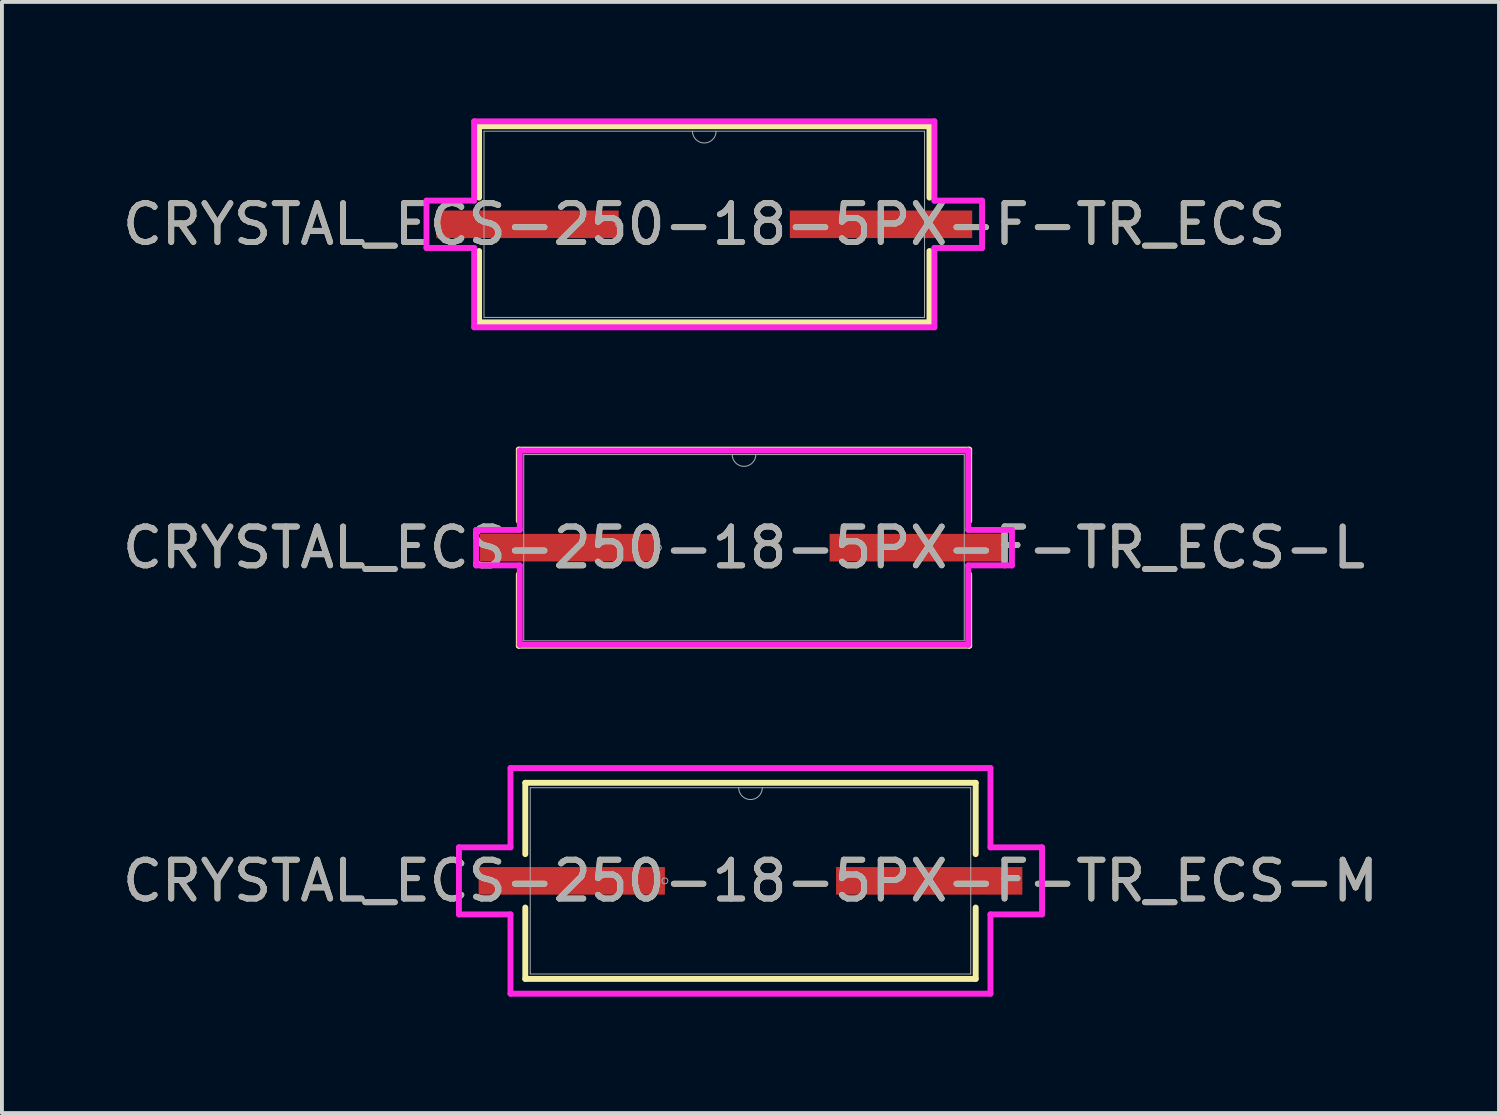
<source format=kicad_pcb>
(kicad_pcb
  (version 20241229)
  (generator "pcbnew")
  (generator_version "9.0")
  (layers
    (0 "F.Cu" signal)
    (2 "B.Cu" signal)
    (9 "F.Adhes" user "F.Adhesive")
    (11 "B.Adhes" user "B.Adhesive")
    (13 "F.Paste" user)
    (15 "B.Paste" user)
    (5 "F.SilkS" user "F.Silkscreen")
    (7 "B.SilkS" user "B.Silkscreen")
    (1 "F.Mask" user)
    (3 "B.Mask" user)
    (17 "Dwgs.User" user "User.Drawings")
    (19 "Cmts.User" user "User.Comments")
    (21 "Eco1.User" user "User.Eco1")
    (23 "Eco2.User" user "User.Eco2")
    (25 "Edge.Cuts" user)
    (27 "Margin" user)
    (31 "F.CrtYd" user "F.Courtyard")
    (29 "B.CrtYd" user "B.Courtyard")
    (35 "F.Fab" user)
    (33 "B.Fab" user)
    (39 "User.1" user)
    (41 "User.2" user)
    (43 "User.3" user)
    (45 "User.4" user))
  (footprint "CRYSTAL_ECS-250-18-5PX-F-TR_ECS-M"
    (layer "F.Cu")
    (at 16.292 19.652)
    (property "Reference" "CRYSTAL_ECS-250-18-5PX-F-TR_ECS-M" (at 0 0 0) (unlocked yes) (layer "F.SilkS") (effects (font (size 1 1) (thickness 0.15))))
    (attr smd)
    (fp_line (start -5.804 -2.527) (end -5.804 -0.688) (stroke (width 0.152) (type solid)) (layer "F.SilkS"))
    (fp_line (start -5.804 0.688) (end -5.804 2.527) (stroke (width 0.152) (type solid)) (layer "F.SilkS"))
    (fp_line (start -5.804 2.527) (end 5.804 2.527) (stroke (width 0.152) (type solid)) (layer "F.SilkS"))
    (fp_line (start 5.804 -2.527) (end -5.804 -2.527) (stroke (width 0.152) (type solid)) (layer "F.SilkS"))
    (fp_line (start 5.804 -0.688) (end 5.804 -2.527) (stroke (width 0.152) (type solid)) (layer "F.SilkS"))
    (fp_line (start 5.804 2.527) (end 5.804 0.688) (stroke (width 0.152) (type solid)) (layer "F.SilkS"))
    (fp_line (start -7.514 -0.864) (end -6.185 -0.864) (stroke (width 0.152) (type solid)) (layer "F.CrtYd"))
    (fp_line (start -7.514 0.864) (end -7.514 -0.864) (stroke (width 0.152) (type solid)) (layer "F.CrtYd"))
    (fp_line (start -7.514 0.864) (end -6.185 0.864) (stroke (width 0.152) (type solid)) (layer "F.CrtYd"))
    (fp_line (start -6.185 -2.908) (end 6.185 -2.908) (stroke (width 0.152) (type solid)) (layer "F.CrtYd"))
    (fp_line (start -6.185 -0.864) (end -6.185 -2.908) (stroke (width 0.152) (type solid)) (layer "F.CrtYd"))
    (fp_line (start -6.185 2.908) (end -6.185 0.864) (stroke (width 0.152) (type solid)) (layer "F.CrtYd"))
    (fp_line (start 6.185 -2.908) (end 6.185 -0.864) (stroke (width 0.152) (type solid)) (layer "F.CrtYd"))
    (fp_line (start 6.185 0.864) (end 6.185 2.908) (stroke (width 0.152) (type solid)) (layer "F.CrtYd"))
    (fp_line (start 6.185 2.908) (end -6.185 2.908) (stroke (width 0.152) (type solid)) (layer "F.CrtYd"))
    (fp_line (start 7.514 -0.864) (end 6.185 -0.864) (stroke (width 0.152) (type solid)) (layer "F.CrtYd"))
    (fp_line (start 7.514 -0.864) (end 7.514 0.864) (stroke (width 0.152) (type solid)) (layer "F.CrtYd"))
    (fp_line (start 7.514 0.864) (end 6.185 0.864) (stroke (width 0.152) (type solid)) (layer "F.CrtYd"))
    (fp_line (start -5.677 -2.4) (end -5.677 2.4) (stroke (width 0.025) (type solid)) (layer "F.Fab"))
    (fp_line (start -5.677 2.4) (end 5.677 2.4) (stroke (width 0.025) (type solid)) (layer "F.Fab"))
    (fp_line (start 5.677 -2.4) (end -5.677 -2.4) (stroke (width 0.025) (type solid)) (layer "F.Fab"))
    (fp_line (start 5.677 2.4) (end 5.677 -2.4) (stroke (width 0.025) (type solid)) (layer "F.Fab"))
    (fp_arc (start 0.3048 -2.4003) (mid 0 -2.0955) (end -0.3048 -2.4003) (stroke (width 0.0254) (type solid)) (layer "F.Fab"))
    (fp_circle (center -2.206 0) (end -2.13 0) (stroke (width 0.025) (type solid)) (fill no) (layer "F.Fab"))
    (fp_text user "${REFERENCE}" (at 0 0 0) (unlocked yes) (layer "F.Fab") (effects (font (size 1 1) (thickness 0.15))))
    (pad "1" smd rect (at -4.606 0) (size 4.801 0.711) (layers "F.Cu" "F.Mask" "F.Paste"))
    (pad "2" smd rect (at 4.606 0) (size 4.801 0.711) (layers "F.Cu" "F.Mask" "F.Paste")))
  (footprint "CRYSTAL_ECS-250-18-5PX-F-TR_ECS-L"
    (layer "F.Cu")
    (at 16.125 11.065)
    (property "Reference" "CRYSTAL_ECS-250-18-5PX-F-TR_ECS-L" (at 0 0 0) (unlocked yes) (layer "F.SilkS") (effects (font (size 1 1) (thickness 0.15))))
    (attr smd)
    (fp_line (start -5.804 -2.527) (end -5.804 -0.688) (stroke (width 0.152) (type solid)) (layer "F.SilkS"))
    (fp_line (start -5.804 0.688) (end -5.804 2.527) (stroke (width 0.152) (type solid)) (layer "F.SilkS"))
    (fp_line (start -5.804 2.527) (end 5.804 2.527) (stroke (width 0.152) (type solid)) (layer "F.SilkS"))
    (fp_line (start 5.804 -2.527) (end -5.804 -2.527) (stroke (width 0.152) (type solid)) (layer "F.SilkS"))
    (fp_line (start 5.804 -0.688) (end 5.804 -2.527) (stroke (width 0.152) (type solid)) (layer "F.SilkS"))
    (fp_line (start 5.804 2.527) (end 5.804 0.688) (stroke (width 0.152) (type solid)) (layer "F.SilkS"))
    (fp_line (start -6.905 -0.457) (end -5.779 -0.457) (stroke (width 0.152) (type solid)) (layer "F.CrtYd"))
    (fp_line (start -6.905 0.457) (end -6.905 -0.457) (stroke (width 0.152) (type solid)) (layer "F.CrtYd"))
    (fp_line (start -6.905 0.457) (end -5.779 0.457) (stroke (width 0.152) (type solid)) (layer "F.CrtYd"))
    (fp_line (start -5.779 -2.502) (end 5.779 -2.502) (stroke (width 0.152) (type solid)) (layer "F.CrtYd"))
    (fp_line (start -5.779 -0.457) (end -5.779 -2.502) (stroke (width 0.152) (type solid)) (layer "F.CrtYd"))
    (fp_line (start -5.779 2.502) (end -5.779 0.457) (stroke (width 0.152) (type solid)) (layer "F.CrtYd"))
    (fp_line (start 5.779 -2.502) (end 5.779 -0.457) (stroke (width 0.152) (type solid)) (layer "F.CrtYd"))
    (fp_line (start 5.779 0.457) (end 5.779 2.502) (stroke (width 0.152) (type solid)) (layer "F.CrtYd"))
    (fp_line (start 5.779 2.502) (end -5.779 2.502) (stroke (width 0.152) (type solid)) (layer "F.CrtYd"))
    (fp_line (start 6.905 -0.457) (end 5.779 -0.457) (stroke (width 0.152) (type solid)) (layer "F.CrtYd"))
    (fp_line (start 6.905 -0.457) (end 6.905 0.457) (stroke (width 0.152) (type solid)) (layer "F.CrtYd"))
    (fp_line (start 6.905 0.457) (end 5.779 0.457) (stroke (width 0.152) (type solid)) (layer "F.CrtYd"))
    (fp_line (start -5.677 -2.4) (end -5.677 2.4) (stroke (width 0.025) (type solid)) (layer "F.Fab"))
    (fp_line (start -5.677 2.4) (end 5.677 2.4) (stroke (width 0.025) (type solid)) (layer "F.Fab"))
    (fp_line (start 5.677 -2.4) (end -5.677 -2.4) (stroke (width 0.025) (type solid)) (layer "F.Fab"))
    (fp_line (start 5.677 2.4) (end 5.677 -2.4) (stroke (width 0.025) (type solid)) (layer "F.Fab"))
    (fp_arc (start 0.3048 -2.4003) (mid 0 -2.0955) (end -0.3048 -2.4003) (stroke (width 0.0254) (type solid)) (layer "F.Fab"))
    (fp_circle (center -2.206 0) (end -2.13 0) (stroke (width 0.025) (type solid)) (fill no) (layer "F.Fab"))
    (fp_text user "${REFERENCE}" (at 0 0 0) (unlocked yes) (layer "F.Fab") (effects (font (size 1 1) (thickness 0.15))))
    (pad "1" smd rect (at -4.505 0) (size 4.597 0.711) (layers "F.Cu" "F.Mask" "F.Paste"))
    (pad "2" smd rect (at 4.505 0) (size 4.597 0.711) (layers "F.Cu" "F.Mask" "F.Paste")))
  (footprint "CRYSTAL_ECS-250-18-5PX-F-TR_ECS"
    (layer "F.Cu")
    (at 15.101 2.731)
    (property "Reference" "CRYSTAL_ECS-250-18-5PX-F-TR_ECS" (at 0 0 0) (unlocked yes) (layer "F.SilkS") (effects (font (size 1 1) (thickness 0.15))))
    (attr smd)
    (fp_line (start -5.804 -2.527) (end -5.804 -0.688) (stroke (width 0.152) (type solid)) (layer "F.SilkS"))
    (fp_line (start -5.804 0.688) (end -5.804 2.527) (stroke (width 0.152) (type solid)) (layer "F.SilkS"))
    (fp_line (start -5.804 2.527) (end 5.804 2.527) (stroke (width 0.152) (type solid)) (layer "F.SilkS"))
    (fp_line (start 5.804 -2.527) (end -5.804 -2.527) (stroke (width 0.152) (type solid)) (layer "F.SilkS"))
    (fp_line (start 5.804 -0.688) (end 5.804 -2.527) (stroke (width 0.152) (type solid)) (layer "F.SilkS"))
    (fp_line (start 5.804 2.527) (end 5.804 0.688) (stroke (width 0.152) (type solid)) (layer "F.SilkS"))
    (fp_line (start -7.159 -0.61) (end -5.931 -0.61) (stroke (width 0.152) (type solid)) (layer "F.CrtYd"))
    (fp_line (start -7.159 0.61) (end -7.159 -0.61) (stroke (width 0.152) (type solid)) (layer "F.CrtYd"))
    (fp_line (start -7.159 0.61) (end -5.931 0.61) (stroke (width 0.152) (type solid)) (layer "F.CrtYd"))
    (fp_line (start -5.931 -2.654) (end 5.931 -2.654) (stroke (width 0.152) (type solid)) (layer "F.CrtYd"))
    (fp_line (start -5.931 -0.61) (end -5.931 -2.654) (stroke (width 0.152) (type solid)) (layer "F.CrtYd"))
    (fp_line (start -5.931 2.654) (end -5.931 0.61) (stroke (width 0.152) (type solid)) (layer "F.CrtYd"))
    (fp_line (start 5.931 -2.654) (end 5.931 -0.61) (stroke (width 0.152) (type solid)) (layer "F.CrtYd"))
    (fp_line (start 5.931 0.61) (end 5.931 2.654) (stroke (width 0.152) (type solid)) (layer "F.CrtYd"))
    (fp_line (start 5.931 2.654) (end -5.931 2.654) (stroke (width 0.152) (type solid)) (layer "F.CrtYd"))
    (fp_line (start 7.159 -0.61) (end 5.931 -0.61) (stroke (width 0.152) (type solid)) (layer "F.CrtYd"))
    (fp_line (start 7.159 -0.61) (end 7.159 0.61) (stroke (width 0.152) (type solid)) (layer "F.CrtYd"))
    (fp_line (start 7.159 0.61) (end 5.931 0.61) (stroke (width 0.152) (type solid)) (layer "F.CrtYd"))
    (fp_line (start -5.677 -2.4) (end -5.677 2.4) (stroke (width 0.025) (type solid)) (layer "F.Fab"))
    (fp_line (start -5.677 2.4) (end 5.677 2.4) (stroke (width 0.025) (type solid)) (layer "F.Fab"))
    (fp_line (start 5.677 -2.4) (end -5.677 -2.4) (stroke (width 0.025) (type solid)) (layer "F.Fab"))
    (fp_line (start 5.677 2.4) (end 5.677 -2.4) (stroke (width 0.025) (type solid)) (layer "F.Fab"))
    (fp_arc (start 0.3048 -2.4003) (mid 0 -2.0955) (end -0.3048 -2.4003) (stroke (width 0.0254) (type solid)) (layer "F.Fab"))
    (fp_circle (center -2.206 0) (end -2.13 0) (stroke (width 0.025) (type solid)) (fill no) (layer "F.Fab"))
    (fp_text user "${REFERENCE}" (at 0 0 0) (unlocked yes) (layer "F.Fab") (effects (font (size 1 1) (thickness 0.15))))
    (pad "1" smd rect (at -4.555 0) (size 4.699 0.711) (layers "F.Cu" "F.Mask" "F.Paste"))
    (pad "2" smd rect (at 4.555 0) (size 4.699 0.711) (layers "F.Cu" "F.Mask" "F.Paste")))
  (gr_rect
    (start -3 -3)
    (end 35.583 25.637)
    (stroke (width 0.1) (type default))
    (fill no)
    (layer "Edge.Cuts")))
</source>
